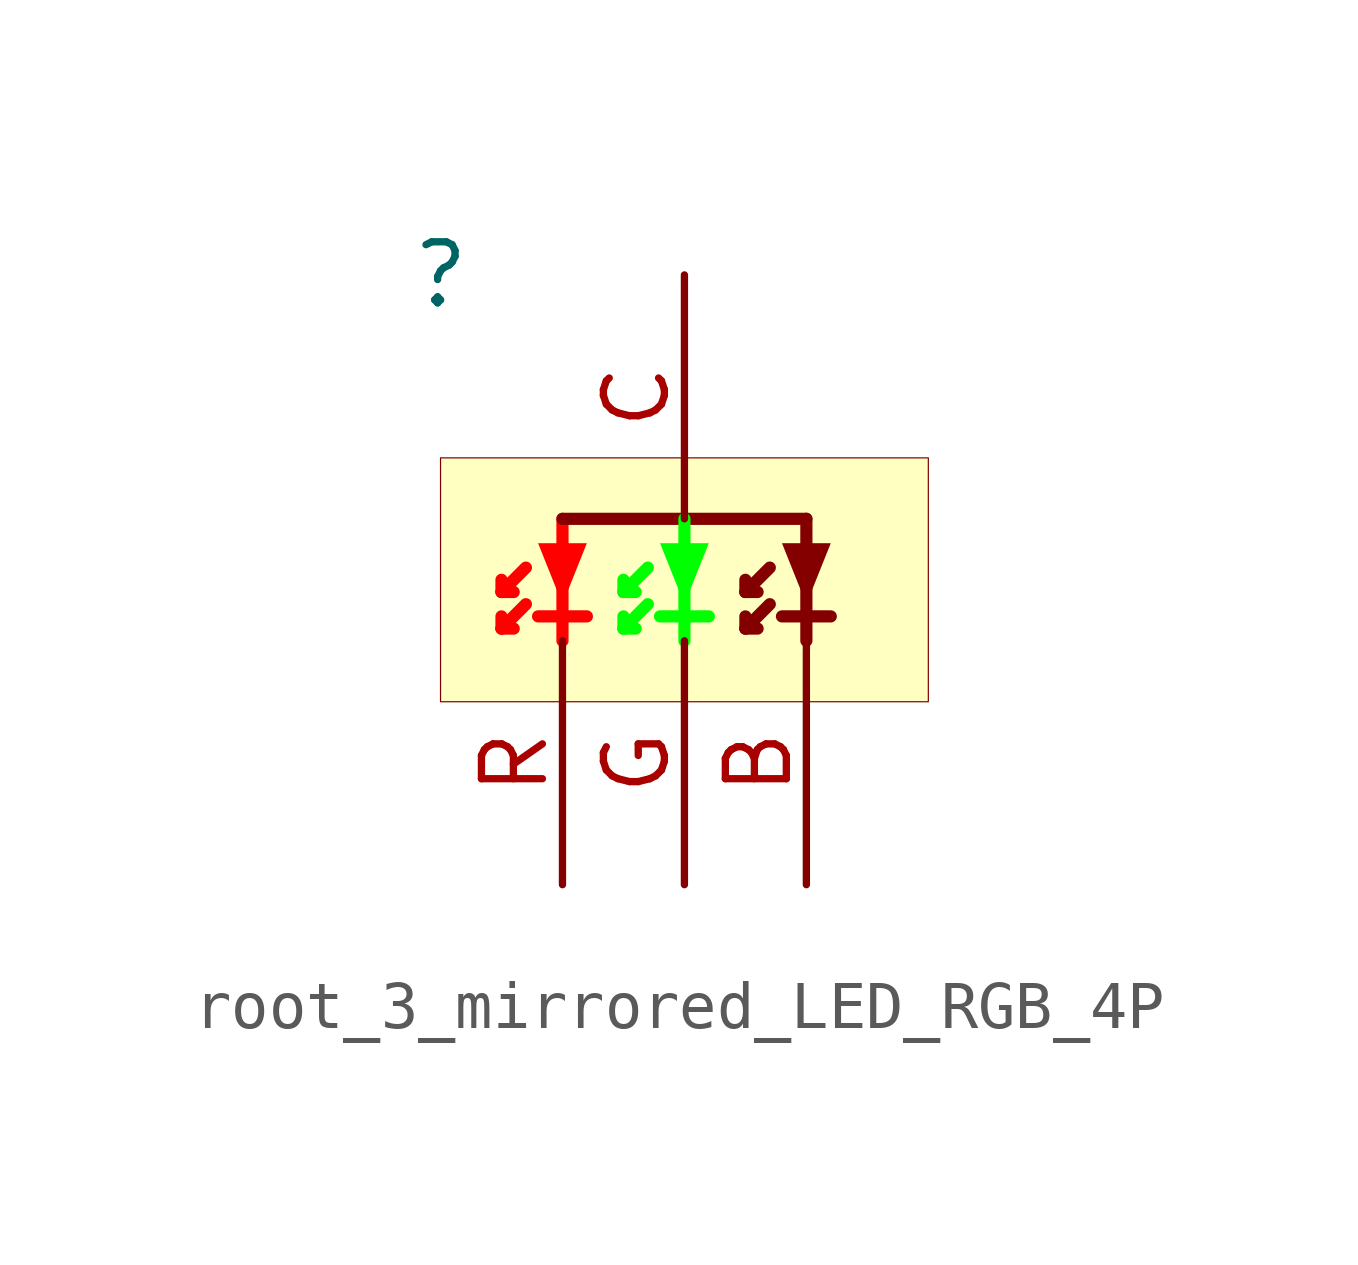
<source format=kicad_sym>
(kicad_symbol_lib
  (version 20231120)
  (generator "kicad_symbol_editor")
  (generator_version "8.0")
  (symbol "root_3_mirrored_LED_RGB_4P"
    (property "Reference" ""
      (at 0 0 0)
      (effects (font (size 1.27 1.27))))
    (property "Value" ""
      (at 0 0 0)
      (effects (font (size 1.27 1.27))))
    (symbol "root_3_mirrored_LED_RGB_4P_1_0"
      (polyline (pts (xy 1.27 -7.366) (xy 1.27 -7.112)) (stroke (width 0.254) (type solid) (color 255 0 0 1)) (fill (type none)))
      (polyline (pts (xy 1.27 -7.366) (xy 1.524 -7.366)) (stroke (width 0.254) (type solid) (color 255 0 0 1)) (fill (type none)))
      (polyline (pts (xy 1.27 -6.604) (xy 1.27 -6.35)) (stroke (width 0.254) (type solid) (color 255 0 0 1)) (fill (type none)))
      (polyline (pts (xy 1.27 -6.604) (xy 1.524 -6.604)) (stroke (width 0.254) (type solid) (color 255 0 0 1)) (fill (type none)))
      (polyline (pts (xy 1.778 -6.858) (xy 1.27 -7.366)) (stroke (width 0.254) (type solid) (color 255 0 0 1)) (fill (type none)))
      (polyline (pts (xy 1.778 -6.096) (xy 1.27 -6.604)) (stroke (width 0.254) (type solid) (color 255 0 0 1)) (fill (type none)))
      (polyline (pts (xy 2.032 -7.112) (xy 3.048 -7.112)) (stroke (width 0.254) (type solid) (color 255 0 0 1)) (fill (type none)))
      (polyline (pts (xy 2.54 -5.08) (xy 2.54 -7.62)) (stroke (width 0.254) (type solid) (color 255 0 0 1)) (fill (type none)))
      (polyline (pts (xy 2.54 -5.08) (xy 7.62 -5.08)) (stroke (width 0.254) (type solid)) (fill (type none)))
      (polyline (pts (xy 3.81 -7.366) (xy 3.81 -7.112)) (stroke (width 0.254) (type solid) (color 0 255 0 1)) (fill (type none)))
      (polyline (pts (xy 3.81 -7.366) (xy 4.064 -7.366)) (stroke (width 0.254) (type solid) (color 0 255 0 1)) (fill (type none)))
      (polyline (pts (xy 3.81 -6.604) (xy 3.81 -6.35)) (stroke (width 0.254) (type solid) (color 0 255 0 1)) (fill (type none)))
      (polyline (pts (xy 3.81 -6.604) (xy 4.064 -6.604)) (stroke (width 0.254) (type solid) (color 0 255 0 1)) (fill (type none)))
      (polyline (pts (xy 4.318 -6.858) (xy 3.81 -7.366)) (stroke (width 0.254) (type solid) (color 0 255 0 1)) (fill (type none)))
      (polyline (pts (xy 4.318 -6.096) (xy 3.81 -6.604)) (stroke (width 0.254) (type solid) (color 0 255 0 1)) (fill (type none)))
      (polyline (pts (xy 4.572 -7.112) (xy 5.588 -7.112)) (stroke (width 0.254) (type solid) (color 0 255 0 1)) (fill (type none)))
      (polyline (pts (xy 5.08 -5.08) (xy 5.08 -7.62)) (stroke (width 0.254) (type solid) (color 0 255 0 1)) (fill (type none)))
      (polyline (pts (xy 6.35 -7.366) (xy 6.35 -7.112)) (stroke (width 0.254) (type solid)) (fill (type none)))
      (polyline (pts (xy 6.35 -7.366) (xy 6.604 -7.366)) (stroke (width 0.254) (type solid)) (fill (type none)))
      (polyline (pts (xy 6.35 -6.604) (xy 6.35 -6.35)) (stroke (width 0.254) (type solid)) (fill (type none)))
      (polyline (pts (xy 6.35 -6.604) (xy 6.604 -6.604)) (stroke (width 0.254) (type solid)) (fill (type none)))
      (polyline (pts (xy 6.858 -6.858) (xy 6.35 -7.366)) (stroke (width 0.254) (type solid)) (fill (type none)))
      (polyline (pts (xy 6.858 -6.096) (xy 6.35 -6.604)) (stroke (width 0.254) (type solid)) (fill (type none)))
      (polyline (pts (xy 7.112 -7.112) (xy 8.128 -7.112)) (stroke (width 0.254) (type solid)) (fill (type none)))
      (polyline (pts (xy 7.62 -5.08) (xy 7.62 -7.62)) (stroke (width 0.254) (type solid)) (fill (type none)))
      (polyline (pts (xy 2.54 -6.858) (xy 2.032 -5.588) (xy 3.048 -5.588) (xy 2.54 -6.858)) (stroke (width -0.0001) (type solid) (color 255 0 0 1)) (fill (type outline)))
      (polyline (pts (xy 5.08 -6.858) (xy 4.572 -5.588) (xy 5.588 -5.588) (xy 5.08 -6.858)) (stroke (width -0.0001) (type solid) (color 0 255 0 1)) (fill (type outline)))
      (polyline (pts (xy 7.62 -6.858) (xy 7.112 -5.588) (xy 8.128 -5.588) (xy 7.62 -6.858)) (stroke (width -0.0001) (type solid)) (fill (type outline)))
      (rectangle (start 10.16 -3.81) (end 0 -8.89) (stroke (width 0.025) (type solid) (color 128 0 0 1)) (fill (type background)))
      (pin passive line (at 7.62 -12.7 90) (length 5.08) (name "B" (effects (font (size 0 0)))) (number "B" (effects (font (size 1.27 1.27)))))
      (pin passive line (at 5.08 0 270) (length 5.08) (name "C" (effects (font (size 0 0)))) (number "C" (effects (font (size 1.27 1.27)))))
      (pin passive line (at 5.08 -12.7 90) (length 5.08) (name "G" (effects (font (size 0 0)))) (number "G" (effects (font (size 1.27 1.27)))))
      (pin passive line (at 2.54 -12.7 90) (length 5.08) (name "R" (effects (font (size 0 0)))) (number "R" (effects (font (size 1.27 1.27))))))))
</source>
